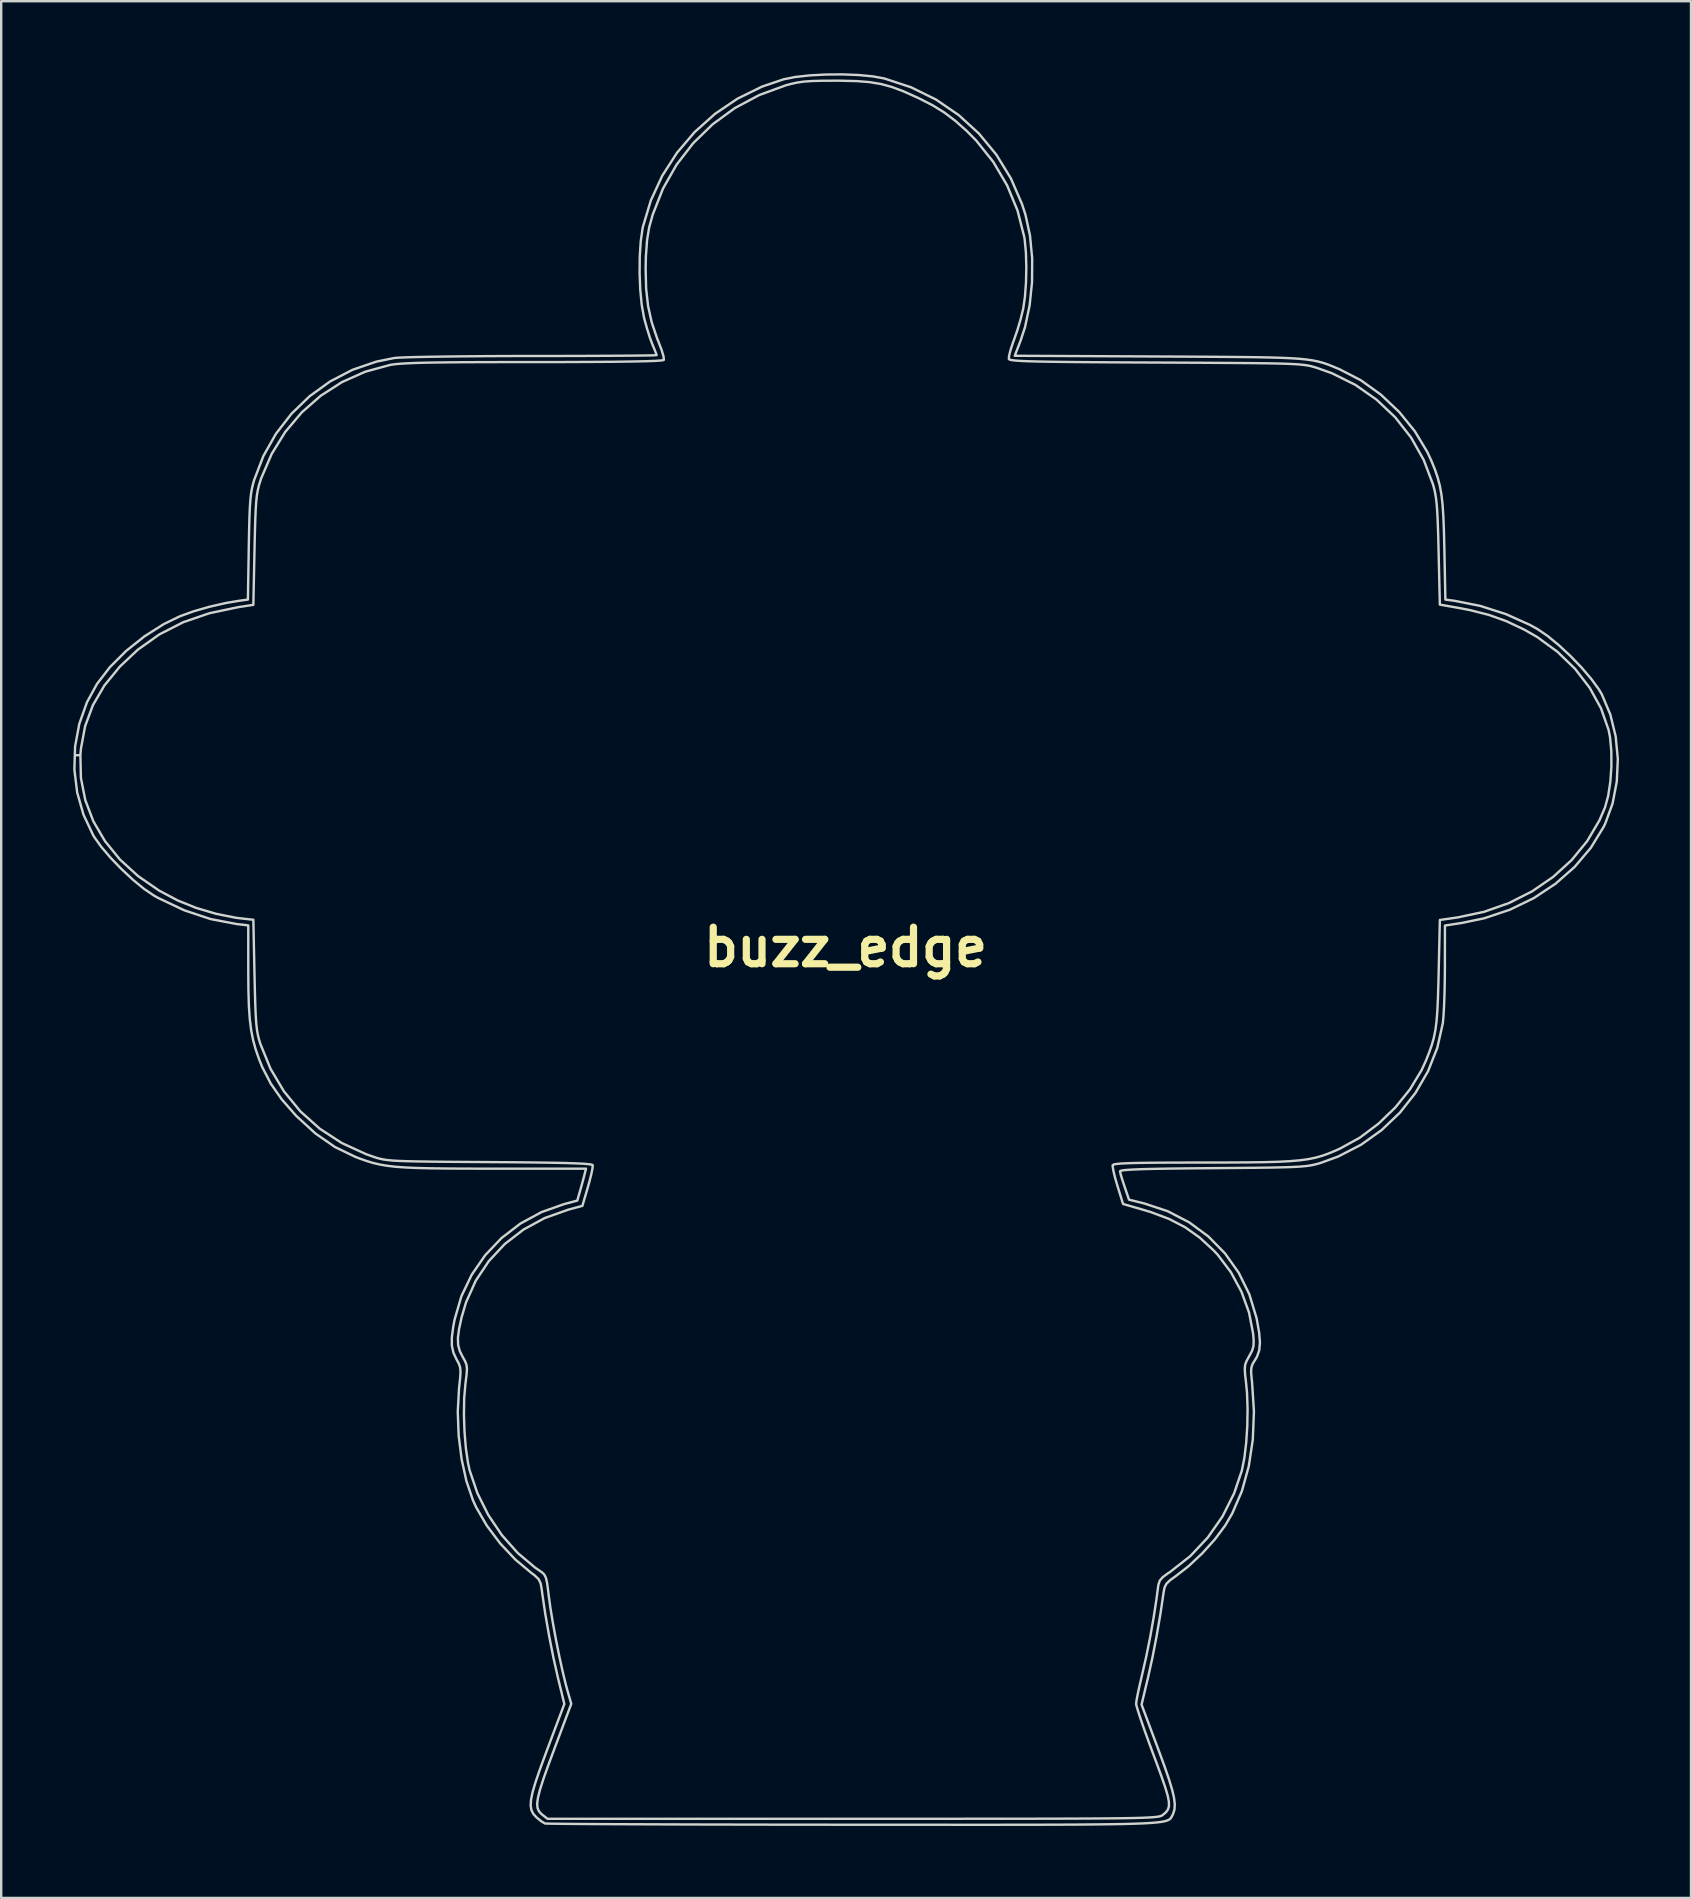
<source format=kicad_pcb>
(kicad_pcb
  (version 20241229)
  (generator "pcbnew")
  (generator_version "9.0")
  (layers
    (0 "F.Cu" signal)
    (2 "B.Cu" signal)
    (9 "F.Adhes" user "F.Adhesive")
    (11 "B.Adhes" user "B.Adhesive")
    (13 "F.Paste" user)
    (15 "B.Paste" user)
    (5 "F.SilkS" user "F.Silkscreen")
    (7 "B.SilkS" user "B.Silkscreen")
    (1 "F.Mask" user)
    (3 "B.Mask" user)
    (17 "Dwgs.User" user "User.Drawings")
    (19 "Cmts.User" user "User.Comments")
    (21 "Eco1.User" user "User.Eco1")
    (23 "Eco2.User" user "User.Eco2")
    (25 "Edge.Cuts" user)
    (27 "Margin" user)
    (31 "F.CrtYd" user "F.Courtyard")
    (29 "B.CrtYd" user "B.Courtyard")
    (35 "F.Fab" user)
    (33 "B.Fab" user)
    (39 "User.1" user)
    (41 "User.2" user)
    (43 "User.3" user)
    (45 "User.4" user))
  (footprint "buzz_edge"
    (layer "F.Cu")
    (at 32.188 36.422)
    (property "Reference" "buzz_edge" (at 0 0 0) (layer "F.SilkS") (effects (font (size 1.524 1.524) (thickness 0.3))))
    (attr through_hole)
    (fp_poly (pts (xy 32.181 -7.847) (xy 32.139 -6.906) (xy 31.965 -5.997) (xy 31.914 -5.856) (xy 31.914 -7.537) (xy 31.91 -8.175) (xy 31.856 -8.753) (xy 31.795 -9.059) (xy 31.479 -9.958) (xy 31.009 -10.81) (xy 30.4 -11.6) (xy 29.665 -12.311) (xy 28.816 -12.929) (xy 28.279 -13.236) (xy 27.538 -13.585) (xy 26.803 -13.849) (xy 26.002 -14.051) (xy 25.587 -14.131) (xy 24.765 -14.276) (xy 24.713 -16.472) (xy 24.696 -17.167) (xy 24.677 -17.718) (xy 24.656 -18.151) (xy 24.63 -18.491) (xy 24.597 -18.763) (xy 24.556 -18.993) (xy 24.502 -19.206) (xy 24.478 -19.289) (xy 24.092 -20.307) (xy 23.563 -21.242) (xy 22.904 -22.083) (xy 22.127 -22.817) (xy 21.245 -23.433) (xy 20.268 -23.918) (xy 19.628 -24.146) (xy 19.507 -24.182) (xy 19.388 -24.214) (xy 19.26 -24.241) (xy 19.109 -24.263) (xy 18.922 -24.283) (xy 18.687 -24.299) (xy 18.392 -24.312) (xy 18.023 -24.323) (xy 17.567 -24.332) (xy 17.012 -24.339) (xy 16.346 -24.345) (xy 15.555 -24.35) (xy 14.626 -24.356) (xy 13.548 -24.361) (xy 12.929 -24.364) (xy 11.747 -24.369) (xy 10.723 -24.375) (xy 9.847 -24.382) (xy 9.107 -24.389) (xy 8.494 -24.398) (xy 7.995 -24.407) (xy 7.6 -24.418) (xy 7.299 -24.431) (xy 7.079 -24.446) (xy 6.932 -24.464) (xy 6.844 -24.484) (xy 6.806 -24.506) (xy 6.804 -24.511) (xy 6.812 -24.641) (xy 6.873 -24.882) (xy 6.974 -25.19) (xy 7.012 -25.29) (xy 7.159 -25.713) (xy 7.299 -26.186) (xy 7.401 -26.603) (xy 7.474 -27.101) (xy 7.518 -27.701) (xy 7.532 -28.34) (xy 7.514 -28.955) (xy 7.464 -29.483) (xy 7.446 -29.597) (xy 7.167 -30.694) (xy 6.733 -31.744) (xy 6.155 -32.725) (xy 5.445 -33.614) (xy 5.043 -34.019) (xy 4.569 -34.439) (xy 4.126 -34.776) (xy 3.653 -35.07) (xy 3.091 -35.359) (xy 2.936 -35.432) (xy 2.399 -35.672) (xy 1.927 -35.848) (xy 1.474 -35.972) (xy 0.997 -36.05) (xy 0.452 -36.093) (xy -0.204 -36.109) (xy -0.423 -36.11) (xy -0.978 -36.107) (xy -1.402 -36.095) (xy -1.735 -36.072) (xy -2.015 -36.032) (xy -2.283 -35.973) (xy -2.489 -35.917) (xy -3.598 -35.511) (xy -4.618 -34.967) (xy -5.539 -34.294) (xy -6.352 -33.504) (xy -7.045 -32.607) (xy -7.61 -31.612) (xy -8.036 -30.532) (xy -8.184 -30.003) (xy -8.272 -29.477) (xy -8.322 -28.787) (xy -8.333 -28.279) (xy -8.312 -27.444) (xy -8.23 -26.715) (xy -8.079 -26.036) (xy -7.847 -25.352) (xy -7.774 -25.17) (xy -7.661 -24.87) (xy -7.589 -24.627) (xy -7.572 -24.485) (xy -7.576 -24.471) (xy -7.671 -24.451) (xy -7.93 -24.433) (xy -8.352 -24.418) (xy -8.941 -24.406) (xy -9.695 -24.396) (xy -10.615 -24.39) (xy -11.704 -24.385) (xy -12.961 -24.384) (xy -12.994 -24.384) (xy -14.145 -24.383) (xy -15.138 -24.381) (xy -15.987 -24.377) (xy -16.704 -24.37) (xy -17.301 -24.362) (xy -17.791 -24.351) (xy -18.186 -24.336) (xy -18.498 -24.319) (xy -18.739 -24.299) (xy -18.923 -24.275) (xy -18.979 -24.265) (xy -20.017 -23.982) (xy -20.985 -23.55) (xy -21.871 -22.982) (xy -22.663 -22.287) (xy -23.348 -21.477) (xy -23.913 -20.563) (xy -24.347 -19.556) (xy -24.39 -19.431) (xy -24.449 -19.238) (xy -24.495 -19.047) (xy -24.532 -18.833) (xy -24.56 -18.572) (xy -24.582 -18.24) (xy -24.6 -17.811) (xy -24.616 -17.263) (xy -24.632 -16.57) (xy -24.632 -16.552) (xy -24.68 -14.267) (xy -25.315 -14.169) (xy -26.517 -13.916) (xy -27.607 -13.54) (xy -28.595 -13.036) (xy -29.493 -12.399) (xy -30.245 -11.692) (xy -30.887 -10.907) (xy -31.367 -10.085) (xy -31.691 -9.21) (xy -31.866 -8.27) (xy -31.888 -8.001) (xy -31.866 -7.048) (xy -31.683 -6.126) (xy -31.347 -5.246) (xy -30.863 -4.419) (xy -30.24 -3.654) (xy -29.484 -2.963) (xy -28.602 -2.355) (xy -27.823 -1.943) (xy -27.063 -1.637) (xy -26.236 -1.392) (xy -25.426 -1.229) (xy -25.213 -1.202) (xy -24.68 -1.143) (xy -24.632 1.143) (xy -24.616 1.84) (xy -24.6 2.392) (xy -24.582 2.824) (xy -24.56 3.159) (xy -24.532 3.422) (xy -24.496 3.638) (xy -24.449 3.83) (xy -24.391 4.022) (xy -23.966 5.064) (xy -23.407 6.006) (xy -22.721 6.841) (xy -21.916 7.562) (xy -20.997 8.16) (xy -19.974 8.629) (xy -19.685 8.731) (xy -19.548 8.776) (xy -19.416 8.813) (xy -19.274 8.844) (xy -19.105 8.869) (xy -18.895 8.889) (xy -18.627 8.906) (xy -18.285 8.918) (xy -17.854 8.928) (xy -17.318 8.936) (xy -16.661 8.943) (xy -15.868 8.949) (xy -14.922 8.955) (xy -14.834 8.956) (xy -13.814 8.963) (xy -12.954 8.972) (xy -12.243 8.982) (xy -11.67 8.994) (xy -11.227 9.009) (xy -10.902 9.025) (xy -10.686 9.044) (xy -10.568 9.066) (xy -10.538 9.085) (xy -10.545 9.205) (xy -10.594 9.447) (xy -10.675 9.769) (xy -10.735 9.982) (xy -10.968 10.779) (xy -11.559 10.939) (xy -12.537 11.287) (xy -13.422 11.767) (xy -14.203 12.369) (xy -14.869 13.083) (xy -15.411 13.896) (xy -15.817 14.8) (xy -16.001 15.422) (xy -16.108 15.914) (xy -16.156 16.287) (xy -16.146 16.582) (xy -16.075 16.838) (xy -15.956 17.073) (xy -15.855 17.256) (xy -15.797 17.408) (xy -15.779 17.578) (xy -15.795 17.816) (xy -15.839 18.172) (xy -15.841 18.182) (xy -15.893 18.783) (xy -15.905 19.47) (xy -15.881 20.187) (xy -15.824 20.88) (xy -15.735 21.493) (xy -15.667 21.802) (xy -15.345 22.751) (xy -14.891 23.661) (xy -14.324 24.501) (xy -13.666 25.243) (xy -12.936 25.857) (xy -12.785 25.96) (xy -12.644 26.058) (xy -12.549 26.154) (xy -12.486 26.286) (xy -12.44 26.49) (xy -12.397 26.804) (xy -12.37 27.033) (xy -12.297 27.557) (xy -12.194 28.183) (xy -12.069 28.861) (xy -11.932 29.542) (xy -11.793 30.178) (xy -11.661 30.72) (xy -11.601 30.943) (xy -11.432 31.532) (xy -12.15 33.446) (xy -12.406 34.134) (xy -12.6 34.684) (xy -12.737 35.114) (xy -12.82 35.443) (xy -12.853 35.689) (xy -12.838 35.872) (xy -12.779 36.009) (xy -12.68 36.118) (xy -12.646 36.147) (xy -12.423 36.322) (xy 0.296 36.322) (xy 2.011 36.322) (xy 3.564 36.322) (xy 4.964 36.321) (xy 6.219 36.321) (xy 7.338 36.319) (xy 8.327 36.318) (xy 9.196 36.315) (xy 9.952 36.312) (xy 10.604 36.308) (xy 11.159 36.303) (xy 11.626 36.297) (xy 12.014 36.29) (xy 12.329 36.281) (xy 12.58 36.271) (xy 12.775 36.259) (xy 12.923 36.246) (xy 13.031 36.232) (xy 13.108 36.215) (xy 13.161 36.196) (xy 13.2 36.176) (xy 13.229 36.154) (xy 13.35 36.049) (xy 13.433 35.937) (xy 13.475 35.798) (xy 13.473 35.613) (xy 13.424 35.36) (xy 13.324 35.021) (xy 13.171 34.575) (xy 12.961 34.001) (xy 12.828 33.645) (xy 12.626 33.099) (xy 12.446 32.598) (xy 12.296 32.164) (xy 12.185 31.824) (xy 12.12 31.602) (xy 12.107 31.531) (xy 12.127 31.376) (xy 12.18 31.097) (xy 12.26 30.731) (xy 12.357 30.318) (xy 12.362 30.295) (xy 12.53 29.558) (xy 12.693 28.748) (xy 12.838 27.933) (xy 12.954 27.179) (xy 13 26.824) (xy 13.037 26.564) (xy 13.096 26.392) (xy 13.213 26.256) (xy 13.422 26.101) (xy 13.535 26.026) (xy 14.364 25.376) (xy 15.094 24.601) (xy 15.708 23.721) (xy 16.193 22.756) (xy 16.516 21.802) (xy 16.619 21.282) (xy 16.695 20.647) (xy 16.74 19.949) (xy 16.752 19.241) (xy 16.729 18.574) (xy 16.691 18.173) (xy 16.649 17.811) (xy 16.635 17.569) (xy 16.653 17.395) (xy 16.711 17.241) (xy 16.813 17.056) (xy 16.819 17.046) (xy 16.939 16.822) (xy 16.997 16.629) (xy 17.007 16.401) (xy 16.983 16.105) (xy 16.814 15.23) (xy 16.5 14.364) (xy 16.059 13.547) (xy 15.511 12.82) (xy 15.34 12.638) (xy 14.755 12.101) (xy 14.15 11.671) (xy 13.483 11.325) (xy 12.708 11.035) (xy 12.388 10.939) (xy 11.563 10.701) (xy 11.328 9.944) (xy 11.229 9.602) (xy 11.16 9.315) (xy 11.129 9.126) (xy 11.132 9.081) (xy 11.177 9.054) (xy 11.3 9.032) (xy 11.512 9.014) (xy 11.826 9) (xy 12.254 8.989) (xy 12.808 8.982) (xy 13.499 8.977) (xy 14.341 8.975) (xy 14.92 8.974) (xy 15.909 8.973) (xy 16.746 8.968) (xy 17.45 8.959) (xy 18.038 8.942) (xy 18.528 8.916) (xy 18.939 8.88) (xy 19.287 8.832) (xy 19.592 8.769) (xy 19.87 8.69) (xy 20.14 8.593) (xy 20.42 8.476) (xy 20.605 8.393) (xy 21.424 7.942) (xy 22.202 7.36) (xy 22.91 6.678) (xy 23.52 5.923) (xy 24.003 5.125) (xy 24.186 4.724) (xy 24.324 4.373) (xy 24.434 4.061) (xy 24.518 3.759) (xy 24.581 3.441) (xy 24.628 3.077) (xy 24.661 2.641) (xy 24.686 2.105) (xy 24.706 1.441) (xy 24.715 1.063) (xy 24.765 -1.134) (xy 25.503 -1.24) (xy 26.605 -1.473) (xy 27.647 -1.84) (xy 28.611 -2.328) (xy 29.485 -2.928) (xy 30.254 -3.628) (xy 30.903 -4.418) (xy 31.416 -5.287) (xy 31.647 -5.822) (xy 31.779 -6.304) (xy 31.869 -6.894) (xy 31.914 -7.537) (xy 31.914 -5.856) (xy 31.658 -5.154) (xy 31.596 -5.025) (xy 31.057 -4.143) (xy 30.382 -3.346) (xy 29.584 -2.643) (xy 28.68 -2.045) (xy 27.683 -1.562) (xy 26.61 -1.203) (xy 25.672 -1.009) (xy 24.977 -0.902) (xy 24.975 0.84) (xy 24.97 1.412) (xy 24.958 1.967) (xy 24.939 2.468) (xy 24.916 2.878) (xy 24.89 3.159) (xy 24.888 3.173) (xy 24.657 4.196) (xy 24.273 5.167) (xy 23.75 6.071) (xy 23.101 6.894) (xy 22.339 7.621) (xy 21.476 8.236) (xy 20.526 8.725) (xy 19.797 8.99) (xy 19.645 9.034) (xy 19.495 9.071) (xy 19.332 9.102) (xy 19.137 9.126) (xy 18.895 9.146) (xy 18.588 9.162) (xy 18.2 9.174) (xy 17.713 9.184) (xy 17.11 9.192) (xy 16.376 9.199) (xy 15.492 9.207) (xy 15.303 9.208) (xy 14.34 9.217) (xy 13.535 9.226) (xy 12.878 9.237) (xy 12.358 9.25) (xy 11.966 9.266) (xy 11.689 9.284) (xy 11.518 9.304) (xy 11.442 9.328) (xy 11.436 9.339) (xy 11.465 9.467) (xy 11.535 9.702) (xy 11.627 9.981) (xy 11.811 10.522) (xy 12.446 10.679) (xy 13.425 11.003) (xy 14.32 11.467) (xy 15.12 12.057) (xy 15.812 12.762) (xy 16.384 13.569) (xy 16.825 14.465) (xy 17.121 15.438) (xy 17.137 15.512) (xy 17.234 16.057) (xy 17.268 16.477) (xy 17.237 16.804) (xy 17.141 17.072) (xy 17.068 17.194) (xy 16.965 17.361) (xy 16.911 17.514) (xy 16.899 17.706) (xy 16.923 17.991) (xy 16.938 18.124) (xy 17.017 19.343) (xy 16.97 20.518) (xy 16.802 21.631) (xy 16.516 22.663) (xy 16.114 23.595) (xy 15.821 24.098) (xy 15.39 24.676) (xy 14.862 25.261) (xy 14.291 25.797) (xy 13.778 26.195) (xy 13.52 26.382) (xy 13.369 26.529) (xy 13.291 26.685) (xy 13.25 26.899) (xy 13.248 26.915) (xy 13.122 27.774) (xy 12.963 28.696) (xy 12.787 29.605) (xy 12.606 30.423) (xy 12.6 30.45) (xy 12.334 31.564) (xy 13.026 33.414) (xy 13.281 34.108) (xy 13.474 34.667) (xy 13.608 35.11) (xy 13.689 35.456) (xy 13.719 35.727) (xy 13.705 35.94) (xy 13.649 36.116) (xy 13.625 36.165) (xy 13.597 36.22) (xy 13.57 36.269) (xy 13.535 36.314) (xy 13.485 36.354) (xy 13.412 36.39) (xy 13.308 36.422) (xy 13.164 36.45) (xy 12.973 36.474) (xy 12.727 36.495) (xy 12.418 36.513) (xy 12.038 36.527) (xy 11.579 36.54) (xy 11.032 36.549) (xy 10.391 36.557) (xy 9.647 36.563) (xy 8.792 36.567) (xy 7.818 36.57) (xy 6.717 36.571) (xy 5.482 36.572) (xy 4.103 36.571) (xy 2.574 36.571) (xy 0.886 36.57) (xy 0.278 36.569) (xy -1.176 36.568) (xy -2.584 36.567) (xy -3.937 36.564) (xy -5.226 36.562) (xy -6.442 36.559) (xy -7.575 36.555) (xy -8.615 36.551) (xy -9.554 36.547) (xy -10.381 36.543) (xy -11.088 36.538) (xy -11.666 36.533) (xy -12.104 36.528) (xy -12.393 36.523) (xy -12.524 36.518) (xy -12.531 36.516) (xy -12.675 36.43) (xy -12.863 36.279) (xy -12.89 36.253) (xy -13.012 36.118) (xy -13.091 35.964) (xy -13.124 35.772) (xy -13.108 35.523) (xy -13.04 35.199) (xy -12.916 34.781) (xy -12.733 34.248) (xy -12.489 33.584) (xy -12.421 33.401) (xy -11.72 31.538) (xy -11.994 30.415) (xy -12.175 29.609) (xy -12.352 28.715) (xy -12.511 27.808) (xy -12.636 26.967) (xy -12.659 26.785) (xy -12.706 26.517) (xy -12.792 26.337) (xy -12.96 26.176) (xy -13.09 26.08) (xy -13.76 25.521) (xy -14.392 24.849) (xy -14.949 24.108) (xy -15.392 23.345) (xy -15.528 23.049) (xy -15.802 22.246) (xy -16.002 21.332) (xy -16.124 20.355) (xy -16.162 19.359) (xy -16.109 18.39) (xy -16.101 18.31) (xy -16.061 17.938) (xy -16.047 17.687) (xy -16.064 17.508) (xy -16.116 17.355) (xy -16.21 17.18) (xy -16.217 17.167) (xy -16.344 16.895) (xy -16.407 16.608) (xy -16.409 16.266) (xy -16.352 15.828) (xy -16.292 15.512) (xy -16.01 14.547) (xy -15.581 13.651) (xy -15.02 12.838) (xy -14.339 12.122) (xy -13.552 11.518) (xy -12.674 11.041) (xy -11.75 10.713) (xy -11.181 10.56) (xy -11.057 10.127) (xy -10.973 9.829) (xy -10.901 9.56) (xy -10.876 9.461) (xy -10.819 9.229) (xy -14.673 9.229) (xy -15.673 9.228) (xy -16.521 9.224) (xy -17.235 9.216) (xy -17.832 9.202) (xy -18.331 9.181) (xy -18.748 9.151) (xy -19.101 9.11) (xy -19.407 9.058) (xy -19.686 8.993) (xy -19.953 8.912) (xy -20.226 8.816) (xy -20.425 8.74) (xy -21.277 8.328) (xy -22.089 7.766) (xy -22.877 7.045) (xy -22.911 7.01) (xy -23.497 6.342) (xy -23.953 5.687) (xy -24.307 5.002) (xy -24.434 4.688) (xy -24.578 4.277) (xy -24.689 3.876) (xy -24.772 3.457) (xy -24.83 2.988) (xy -24.867 2.441) (xy -24.886 1.784) (xy -24.892 0.989) (xy -24.892 0.978) (xy -24.892 -0.908) (xy -25.376 -0.965) (xy -26.461 -1.172) (xy -27.556 -1.536) (xy -28.635 -2.047) (xy -28.835 -2.159) (xy -29.241 -2.435) (xy -29.701 -2.813) (xy -30.176 -3.256) (xy -30.629 -3.726) (xy -31.021 -4.186) (xy -31.315 -4.598) (xy -31.35 -4.657) (xy -31.759 -5.524) (xy -32.022 -6.448) (xy -32.138 -7.402) (xy -32.109 -8.363) (xy -31.934 -9.305) (xy -31.615 -10.205) (xy -31.197 -10.969) (xy -30.657 -11.671) (xy -29.986 -12.342) (xy -29.224 -12.95) (xy -28.411 -13.465) (xy -27.737 -13.792) (xy -27.175 -13.995) (xy -26.519 -14.184) (xy -25.841 -14.34) (xy -25.301 -14.432) (xy -24.907 -14.486) (xy -24.871 -16.662) (xy -24.858 -17.348) (xy -24.844 -17.89) (xy -24.827 -18.313) (xy -24.804 -18.645) (xy -24.774 -18.91) (xy -24.735 -19.133) (xy -24.683 -19.341) (xy -24.65 -19.459) (xy -24.264 -20.465) (xy -23.74 -21.393) (xy -23.092 -22.229) (xy -22.334 -22.961) (xy -21.482 -23.576) (xy -20.549 -24.061) (xy -19.55 -24.403) (xy -18.807 -24.553) (xy -18.622 -24.568) (xy -18.284 -24.582) (xy -17.81 -24.595) (xy -17.217 -24.606) (xy -16.52 -24.616) (xy -15.738 -24.624) (xy -14.885 -24.631) (xy -13.98 -24.635) (xy -13.06 -24.636) (xy -12.14 -24.637) (xy -11.272 -24.639) (xy -10.471 -24.642) (xy -9.751 -24.646) (xy -9.127 -24.65) (xy -8.613 -24.655) (xy -8.223 -24.66) (xy -7.972 -24.666) (xy -7.875 -24.673) (xy -7.874 -24.673) (xy -7.905 -24.764) (xy -7.983 -24.96) (xy -8.05 -25.118) (xy -8.155 -25.399) (xy -8.273 -25.774) (xy -8.383 -26.17) (xy -8.402 -26.247) (xy -8.496 -26.769) (xy -8.557 -27.401) (xy -8.584 -28.091) (xy -8.578 -28.783) (xy -8.536 -29.424) (xy -8.459 -29.96) (xy -8.447 -30.016) (xy -8.117 -31.116) (xy -7.639 -32.15) (xy -7.026 -33.105) (xy -6.29 -33.968) (xy -5.445 -34.724) (xy -4.504 -35.36) (xy -3.48 -35.863) (xy -2.582 -36.167) (xy -2.101 -36.263) (xy -1.501 -36.33) (xy -0.829 -36.366) (xy -0.134 -36.372) (xy 0.538 -36.346) (xy 1.138 -36.289) (xy 1.609 -36.203) (xy 2.73 -35.834) (xy 3.769 -35.322) (xy 4.714 -34.676) (xy 5.555 -33.908) (xy 6.282 -33.027) (xy 6.885 -32.044) (xy 7.352 -30.967) (xy 7.496 -30.522) (xy 7.685 -29.654) (xy 7.776 -28.704) (xy 7.77 -27.718) (xy 7.67 -26.747) (xy 7.477 -25.838) (xy 7.291 -25.27) (xy 7.049 -24.646) (xy 13.028 -24.616) (xy 14.215 -24.61) (xy 15.246 -24.604) (xy 16.134 -24.597) (xy 16.893 -24.589) (xy 17.536 -24.578) (xy 18.076 -24.564) (xy 18.526 -24.545) (xy 18.9 -24.521) (xy 19.211 -24.49) (xy 19.473 -24.452) (xy 19.698 -24.405) (xy 19.9 -24.35) (xy 20.093 -24.284) (xy 20.289 -24.207) (xy 20.502 -24.118) (xy 20.596 -24.079) (xy 21.481 -23.62) (xy 22.314 -23.02) (xy 23.07 -22.305) (xy 23.721 -21.501) (xy 24.243 -20.635) (xy 24.417 -20.257) (xy 24.562 -19.898) (xy 24.675 -19.566) (xy 24.763 -19.233) (xy 24.829 -18.871) (xy 24.877 -18.451) (xy 24.911 -17.946) (xy 24.935 -17.328) (xy 24.953 -16.577) (xy 24.995 -14.486) (xy 25.388 -14.433) (xy 26.45 -14.222) (xy 27.514 -13.881) (xy 28.515 -13.432) (xy 28.829 -13.259) (xy 29.255 -12.97) (xy 29.728 -12.581) (xy 30.214 -12.128) (xy 30.677 -11.645) (xy 31.084 -11.166) (xy 31.402 -10.728) (xy 31.518 -10.529) (xy 31.87 -9.692) (xy 32.091 -8.787) (xy 32.181 -7.847)) (stroke (width 0.1) (type solid)) (fill no) (layer "Edge.Cuts")))
  (gr_rect
    (start -3 -3)
    (end 67.419 76.043)
    (stroke (width 0.1) (type default))
    (fill no)
    (layer "Edge.Cuts")))
</source>
